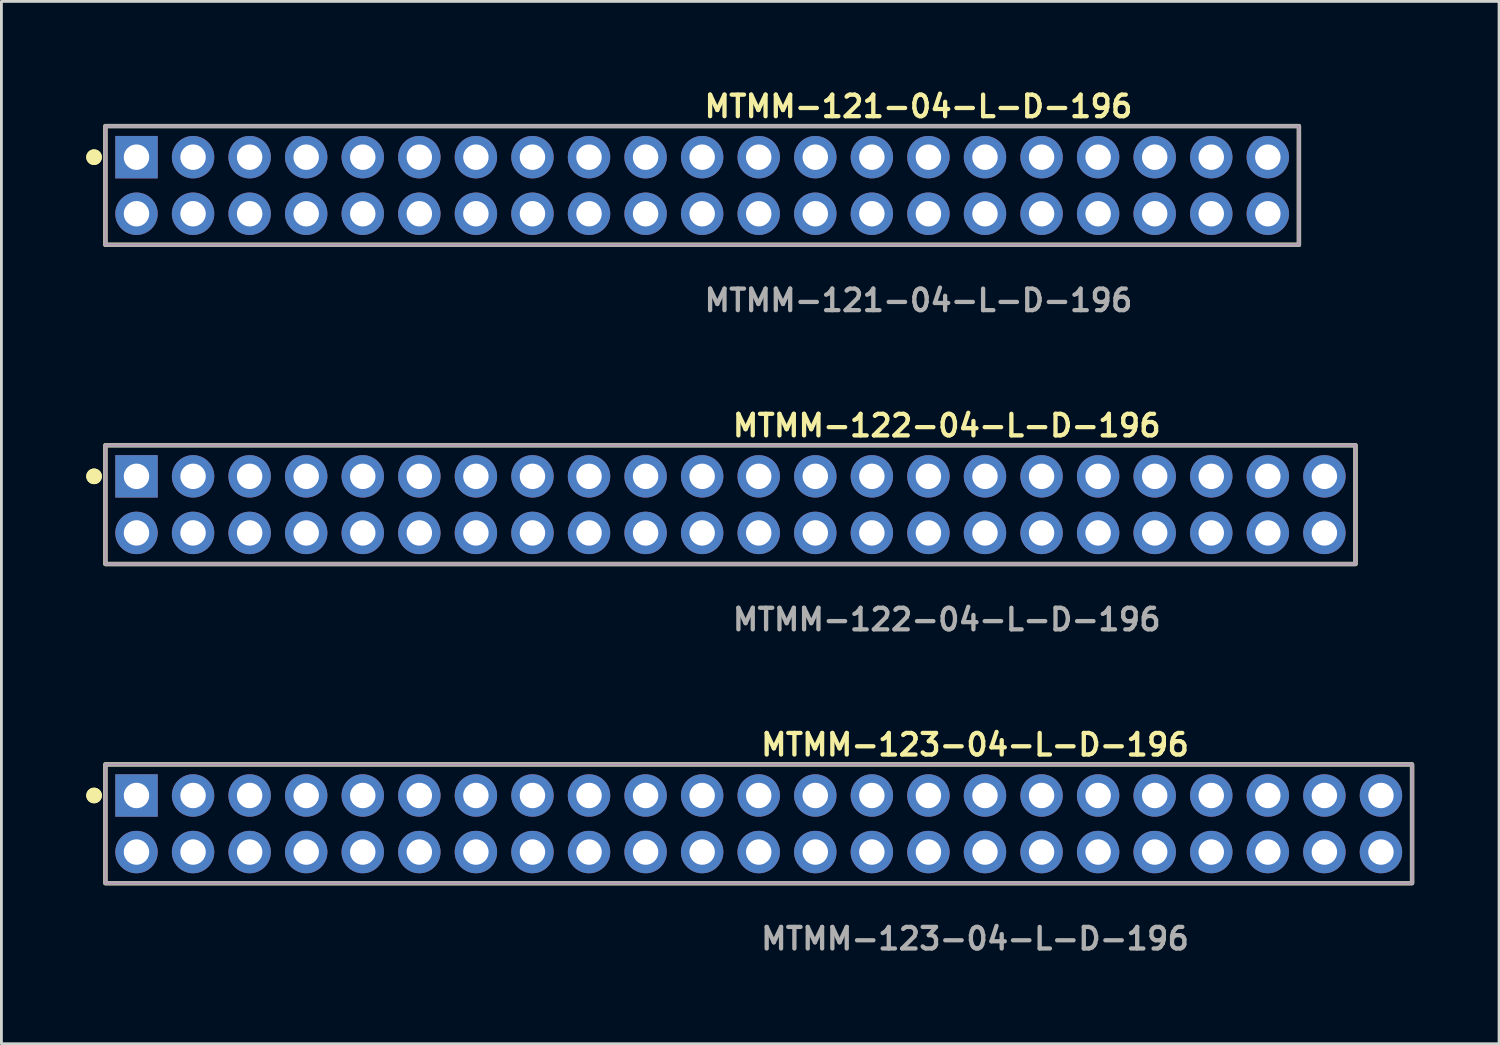
<source format=kicad_pcb>
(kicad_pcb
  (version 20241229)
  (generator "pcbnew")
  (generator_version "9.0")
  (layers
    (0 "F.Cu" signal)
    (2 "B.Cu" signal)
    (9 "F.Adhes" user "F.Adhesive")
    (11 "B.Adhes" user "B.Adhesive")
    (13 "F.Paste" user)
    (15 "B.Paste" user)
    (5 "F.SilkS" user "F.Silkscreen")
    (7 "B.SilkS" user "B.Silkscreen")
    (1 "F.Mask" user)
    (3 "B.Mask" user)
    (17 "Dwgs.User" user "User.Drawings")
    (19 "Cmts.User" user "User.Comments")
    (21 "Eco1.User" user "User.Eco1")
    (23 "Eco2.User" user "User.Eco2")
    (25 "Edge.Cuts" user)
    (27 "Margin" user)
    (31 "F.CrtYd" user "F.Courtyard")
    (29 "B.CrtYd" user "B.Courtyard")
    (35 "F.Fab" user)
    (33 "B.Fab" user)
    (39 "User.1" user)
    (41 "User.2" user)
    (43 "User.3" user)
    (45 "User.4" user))
  (footprint "MTMM-123-04-L-D-196"
    (layer "F.Cu")
    (at 23.776 26.076)
    (property "Reference" "MTMM-123-04-L-D-196" (at 0 -2.794 0) (unlocked yes) (layer "F.SilkS") (effects (font (size 0.762 0.762) (thickness 0.152)) (justify left)))
    (fp_rect (start -23.1 2.1) (end 23.1 -2.1) (stroke (width 0.152) (type solid)) (fill no) (layer "F.SilkS"))
    (fp_circle (center -23.5 -1) (end -23.7 -1) (stroke (width 0.152) (type solid)) (fill yes) (layer "F.SilkS"))
    (fp_circle (center -23.5 -1) (end -23.7 -1) (stroke (width 0.152) (type solid)) (fill yes) (layer "F.SilkS"))
    (fp_rect (start -23.1 2.1) (end 23.1 -2.1) (stroke (width 0.006) (type solid)) (fill no) (layer "F.CrtYd"))
    (fp_rect (start -23.1 2.1) (end 23.1 -2.1) (stroke (width 0.152) (type solid)) (fill no) (layer "F.Fab"))
    (fp_text user "${REFERENCE}" (at 0 4.064 0) (unlocked yes) (layer "F.Fab") (effects (font (size 0.762 0.762) (thickness 0.152)) (justify left)))
    (pad "1" thru_hole rect (at -22 -1) (size 1.5 1.5) (drill 0.9) (layers "*.Cu" "*.Mask"))
    (pad "2" thru_hole circle (at -22 1) (size 1.5 1.5) (drill 0.9) (layers "*.Cu" "*.Mask"))
    (pad "3" thru_hole circle (at -20 -1) (size 1.5 1.5) (drill 0.9) (layers "*.Cu" "*.Mask"))
    (pad "4" thru_hole circle (at -20 1) (size 1.5 1.5) (drill 0.9) (layers "*.Cu" "*.Mask"))
    (pad "5" thru_hole circle (at -18 -1) (size 1.5 1.5) (drill 0.9) (layers "*.Cu" "*.Mask"))
    (pad "6" thru_hole circle (at -18 1) (size 1.5 1.5) (drill 0.9) (layers "*.Cu" "*.Mask"))
    (pad "7" thru_hole circle (at -16 -1) (size 1.5 1.5) (drill 0.9) (layers "*.Cu" "*.Mask"))
    (pad "8" thru_hole circle (at -16 1) (size 1.5 1.5) (drill 0.9) (layers "*.Cu" "*.Mask"))
    (pad "9" thru_hole circle (at -14 -1) (size 1.5 1.5) (drill 0.9) (layers "*.Cu" "*.Mask"))
    (pad "10" thru_hole circle (at -14 1) (size 1.5 1.5) (drill 0.9) (layers "*.Cu" "*.Mask"))
    (pad "11" thru_hole circle (at -12 -1) (size 1.5 1.5) (drill 0.9) (layers "*.Cu" "*.Mask"))
    (pad "12" thru_hole circle (at -12 1) (size 1.5 1.5) (drill 0.9) (layers "*.Cu" "*.Mask"))
    (pad "13" thru_hole circle (at -10 -1) (size 1.5 1.5) (drill 0.9) (layers "*.Cu" "*.Mask"))
    (pad "14" thru_hole circle (at -10 1) (size 1.5 1.5) (drill 0.9) (layers "*.Cu" "*.Mask"))
    (pad "15" thru_hole circle (at -8 -1) (size 1.5 1.5) (drill 0.9) (layers "*.Cu" "*.Mask"))
    (pad "16" thru_hole circle (at -8 1) (size 1.5 1.5) (drill 0.9) (layers "*.Cu" "*.Mask"))
    (pad "17" thru_hole circle (at -6 -1) (size 1.5 1.5) (drill 0.9) (layers "*.Cu" "*.Mask"))
    (pad "18" thru_hole circle (at -6 1) (size 1.5 1.5) (drill 0.9) (layers "*.Cu" "*.Mask"))
    (pad "19" thru_hole circle (at -4 -1) (size 1.5 1.5) (drill 0.9) (layers "*.Cu" "*.Mask"))
    (pad "20" thru_hole circle (at -4 1) (size 1.5 1.5) (drill 0.9) (layers "*.Cu" "*.Mask"))
    (pad "21" thru_hole circle (at -2 -1) (size 1.5 1.5) (drill 0.9) (layers "*.Cu" "*.Mask"))
    (pad "22" thru_hole circle (at -2 1) (size 1.5 1.5) (drill 0.9) (layers "*.Cu" "*.Mask"))
    (pad "23" thru_hole circle (at 0 -1) (size 1.5 1.5) (drill 0.9) (layers "*.Cu" "*.Mask"))
    (pad "24" thru_hole circle (at 0 1) (size 1.5 1.5) (drill 0.9) (layers "*.Cu" "*.Mask"))
    (pad "25" thru_hole circle (at 2 -1) (size 1.5 1.5) (drill 0.9) (layers "*.Cu" "*.Mask"))
    (pad "26" thru_hole circle (at 2 1) (size 1.5 1.5) (drill 0.9) (layers "*.Cu" "*.Mask"))
    (pad "27" thru_hole circle (at 4 -1) (size 1.5 1.5) (drill 0.9) (layers "*.Cu" "*.Mask"))
    (pad "28" thru_hole circle (at 4 1) (size 1.5 1.5) (drill 0.9) (layers "*.Cu" "*.Mask"))
    (pad "29" thru_hole circle (at 6 -1) (size 1.5 1.5) (drill 0.9) (layers "*.Cu" "*.Mask"))
    (pad "30" thru_hole circle (at 6 1) (size 1.5 1.5) (drill 0.9) (layers "*.Cu" "*.Mask"))
    (pad "31" thru_hole circle (at 8 -1) (size 1.5 1.5) (drill 0.9) (layers "*.Cu" "*.Mask"))
    (pad "32" thru_hole circle (at 8 1) (size 1.5 1.5) (drill 0.9) (layers "*.Cu" "*.Mask"))
    (pad "33" thru_hole circle (at 10 -1) (size 1.5 1.5) (drill 0.9) (layers "*.Cu" "*.Mask"))
    (pad "34" thru_hole circle (at 10 1) (size 1.5 1.5) (drill 0.9) (layers "*.Cu" "*.Mask"))
    (pad "35" thru_hole circle (at 12 -1) (size 1.5 1.5) (drill 0.9) (layers "*.Cu" "*.Mask"))
    (pad "36" thru_hole circle (at 12 1) (size 1.5 1.5) (drill 0.9) (layers "*.Cu" "*.Mask"))
    (pad "37" thru_hole circle (at 14 -1) (size 1.5 1.5) (drill 0.9) (layers "*.Cu" "*.Mask"))
    (pad "38" thru_hole circle (at 14 1) (size 1.5 1.5) (drill 0.9) (layers "*.Cu" "*.Mask"))
    (pad "39" thru_hole circle (at 16 -1) (size 1.5 1.5) (drill 0.9) (layers "*.Cu" "*.Mask"))
    (pad "40" thru_hole circle (at 16 1) (size 1.5 1.5) (drill 0.9) (layers "*.Cu" "*.Mask"))
    (pad "41" thru_hole circle (at 18 -1) (size 1.5 1.5) (drill 0.9) (layers "*.Cu" "*.Mask"))
    (pad "42" thru_hole circle (at 18 1) (size 1.5 1.5) (drill 0.9) (layers "*.Cu" "*.Mask"))
    (pad "43" thru_hole circle (at 20 -1) (size 1.5 1.5) (drill 0.9) (layers "*.Cu" "*.Mask"))
    (pad "44" thru_hole circle (at 20 1) (size 1.5 1.5) (drill 0.9) (layers "*.Cu" "*.Mask"))
    (pad "45" thru_hole circle (at 22 -1) (size 1.5 1.5) (drill 0.9) (layers "*.Cu" "*.Mask"))
    (pad "46" thru_hole circle (at 22 1) (size 1.5 1.5) (drill 0.9) (layers "*.Cu" "*.Mask")))
  (footprint "MTMM-121-04-L-D-196"
    (layer "F.Cu")
    (at 21.776 3.507)
    (property "Reference" "MTMM-121-04-L-D-196" (at 0 -2.794 0) (unlocked yes) (layer "F.SilkS") (effects (font (size 0.762 0.762) (thickness 0.152)) (justify left)))
    (fp_rect (start -21.1 2.1) (end 21.1 -2.1) (stroke (width 0.152) (type solid)) (fill no) (layer "F.SilkS"))
    (fp_circle (center -21.5 -1) (end -21.7 -1) (stroke (width 0.152) (type solid)) (fill yes) (layer "F.SilkS"))
    (fp_circle (center -21.5 -1) (end -21.7 -1) (stroke (width 0.152) (type solid)) (fill yes) (layer "F.SilkS"))
    (fp_rect (start -21.1 2.1) (end 21.1 -2.1) (stroke (width 0.006) (type solid)) (fill no) (layer "F.CrtYd"))
    (fp_rect (start -21.1 2.1) (end 21.1 -2.1) (stroke (width 0.152) (type solid)) (fill no) (layer "F.Fab"))
    (fp_text user "${REFERENCE}" (at 0 4.064 0) (unlocked yes) (layer "F.Fab") (effects (font (size 0.762 0.762) (thickness 0.152)) (justify left)))
    (pad "1" thru_hole rect (at -20 -1) (size 1.5 1.5) (drill 0.9) (layers "*.Cu" "*.Mask"))
    (pad "2" thru_hole circle (at -20 1) (size 1.5 1.5) (drill 0.9) (layers "*.Cu" "*.Mask"))
    (pad "3" thru_hole circle (at -18 -1) (size 1.5 1.5) (drill 0.9) (layers "*.Cu" "*.Mask"))
    (pad "4" thru_hole circle (at -18 1) (size 1.5 1.5) (drill 0.9) (layers "*.Cu" "*.Mask"))
    (pad "5" thru_hole circle (at -16 -1) (size 1.5 1.5) (drill 0.9) (layers "*.Cu" "*.Mask"))
    (pad "6" thru_hole circle (at -16 1) (size 1.5 1.5) (drill 0.9) (layers "*.Cu" "*.Mask"))
    (pad "7" thru_hole circle (at -14 -1) (size 1.5 1.5) (drill 0.9) (layers "*.Cu" "*.Mask"))
    (pad "8" thru_hole circle (at -14 1) (size 1.5 1.5) (drill 0.9) (layers "*.Cu" "*.Mask"))
    (pad "9" thru_hole circle (at -12 -1) (size 1.5 1.5) (drill 0.9) (layers "*.Cu" "*.Mask"))
    (pad "10" thru_hole circle (at -12 1) (size 1.5 1.5) (drill 0.9) (layers "*.Cu" "*.Mask"))
    (pad "11" thru_hole circle (at -10 -1) (size 1.5 1.5) (drill 0.9) (layers "*.Cu" "*.Mask"))
    (pad "12" thru_hole circle (at -10 1) (size 1.5 1.5) (drill 0.9) (layers "*.Cu" "*.Mask"))
    (pad "13" thru_hole circle (at -8 -1) (size 1.5 1.5) (drill 0.9) (layers "*.Cu" "*.Mask"))
    (pad "14" thru_hole circle (at -8 1) (size 1.5 1.5) (drill 0.9) (layers "*.Cu" "*.Mask"))
    (pad "15" thru_hole circle (at -6 -1) (size 1.5 1.5) (drill 0.9) (layers "*.Cu" "*.Mask"))
    (pad "16" thru_hole circle (at -6 1) (size 1.5 1.5) (drill 0.9) (layers "*.Cu" "*.Mask"))
    (pad "17" thru_hole circle (at -4 -1) (size 1.5 1.5) (drill 0.9) (layers "*.Cu" "*.Mask"))
    (pad "18" thru_hole circle (at -4 1) (size 1.5 1.5) (drill 0.9) (layers "*.Cu" "*.Mask"))
    (pad "19" thru_hole circle (at -2 -1) (size 1.5 1.5) (drill 0.9) (layers "*.Cu" "*.Mask"))
    (pad "20" thru_hole circle (at -2 1) (size 1.5 1.5) (drill 0.9) (layers "*.Cu" "*.Mask"))
    (pad "21" thru_hole circle (at 0 -1) (size 1.5 1.5) (drill 0.9) (layers "*.Cu" "*.Mask"))
    (pad "22" thru_hole circle (at 0 1) (size 1.5 1.5) (drill 0.9) (layers "*.Cu" "*.Mask"))
    (pad "23" thru_hole circle (at 2 -1) (size 1.5 1.5) (drill 0.9) (layers "*.Cu" "*.Mask"))
    (pad "24" thru_hole circle (at 2 1) (size 1.5 1.5) (drill 0.9) (layers "*.Cu" "*.Mask"))
    (pad "25" thru_hole circle (at 4 -1) (size 1.5 1.5) (drill 0.9) (layers "*.Cu" "*.Mask"))
    (pad "26" thru_hole circle (at 4 1) (size 1.5 1.5) (drill 0.9) (layers "*.Cu" "*.Mask"))
    (pad "27" thru_hole circle (at 6 -1) (size 1.5 1.5) (drill 0.9) (layers "*.Cu" "*.Mask"))
    (pad "28" thru_hole circle (at 6 1) (size 1.5 1.5) (drill 0.9) (layers "*.Cu" "*.Mask"))
    (pad "29" thru_hole circle (at 8 -1) (size 1.5 1.5) (drill 0.9) (layers "*.Cu" "*.Mask"))
    (pad "30" thru_hole circle (at 8 1) (size 1.5 1.5) (drill 0.9) (layers "*.Cu" "*.Mask"))
    (pad "31" thru_hole circle (at 10 -1) (size 1.5 1.5) (drill 0.9) (layers "*.Cu" "*.Mask"))
    (pad "32" thru_hole circle (at 10 1) (size 1.5 1.5) (drill 0.9) (layers "*.Cu" "*.Mask"))
    (pad "33" thru_hole circle (at 12 -1) (size 1.5 1.5) (drill 0.9) (layers "*.Cu" "*.Mask"))
    (pad "34" thru_hole circle (at 12 1) (size 1.5 1.5) (drill 0.9) (layers "*.Cu" "*.Mask"))
    (pad "35" thru_hole circle (at 14 -1) (size 1.5 1.5) (drill 0.9) (layers "*.Cu" "*.Mask"))
    (pad "36" thru_hole circle (at 14 1) (size 1.5 1.5) (drill 0.9) (layers "*.Cu" "*.Mask"))
    (pad "37" thru_hole circle (at 16 -1) (size 1.5 1.5) (drill 0.9) (layers "*.Cu" "*.Mask"))
    (pad "38" thru_hole circle (at 16 1) (size 1.5 1.5) (drill 0.9) (layers "*.Cu" "*.Mask"))
    (pad "39" thru_hole circle (at 18 -1) (size 1.5 1.5) (drill 0.9) (layers "*.Cu" "*.Mask"))
    (pad "40" thru_hole circle (at 18 1) (size 1.5 1.5) (drill 0.9) (layers "*.Cu" "*.Mask"))
    (pad "41" thru_hole circle (at 20 -1) (size 1.5 1.5) (drill 0.9) (layers "*.Cu" "*.Mask"))
    (pad "42" thru_hole circle (at 20 1) (size 1.5 1.5) (drill 0.9) (layers "*.Cu" "*.Mask")))
  (footprint "MTMM-122-04-L-D-196"
    (layer "F.Cu")
    (at 22.776 14.792)
    (property "Reference" "MTMM-122-04-L-D-196" (at 0 -2.794 0) (unlocked yes) (layer "F.SilkS") (effects (font (size 0.762 0.762) (thickness 0.152)) (justify left)))
    (fp_rect (start -22.1 2.1) (end 22.1 -2.1) (stroke (width 0.152) (type solid)) (fill no) (layer "F.SilkS"))
    (fp_circle (center -22.5 -1) (end -22.7 -1) (stroke (width 0.152) (type solid)) (fill yes) (layer "F.SilkS"))
    (fp_circle (center -22.5 -1) (end -22.7 -1) (stroke (width 0.152) (type solid)) (fill yes) (layer "F.SilkS"))
    (fp_rect (start -22.1 2.1) (end 22.1 -2.1) (stroke (width 0.006) (type solid)) (fill no) (layer "F.CrtYd"))
    (fp_rect (start -22.1 2.1) (end 22.1 -2.1) (stroke (width 0.152) (type solid)) (fill no) (layer "F.Fab"))
    (fp_text user "${REFERENCE}" (at 0 4.064 0) (unlocked yes) (layer "F.Fab") (effects (font (size 0.762 0.762) (thickness 0.152)) (justify left)))
    (pad "1" thru_hole rect (at -21 -1) (size 1.5 1.5) (drill 0.9) (layers "*.Cu" "*.Mask"))
    (pad "2" thru_hole circle (at -21 1) (size 1.5 1.5) (drill 0.9) (layers "*.Cu" "*.Mask"))
    (pad "3" thru_hole circle (at -19 -1) (size 1.5 1.5) (drill 0.9) (layers "*.Cu" "*.Mask"))
    (pad "4" thru_hole circle (at -19 1) (size 1.5 1.5) (drill 0.9) (layers "*.Cu" "*.Mask"))
    (pad "5" thru_hole circle (at -17 -1) (size 1.5 1.5) (drill 0.9) (layers "*.Cu" "*.Mask"))
    (pad "6" thru_hole circle (at -17 1) (size 1.5 1.5) (drill 0.9) (layers "*.Cu" "*.Mask"))
    (pad "7" thru_hole circle (at -15 -1) (size 1.5 1.5) (drill 0.9) (layers "*.Cu" "*.Mask"))
    (pad "8" thru_hole circle (at -15 1) (size 1.5 1.5) (drill 0.9) (layers "*.Cu" "*.Mask"))
    (pad "9" thru_hole circle (at -13 -1) (size 1.5 1.5) (drill 0.9) (layers "*.Cu" "*.Mask"))
    (pad "10" thru_hole circle (at -13 1) (size 1.5 1.5) (drill 0.9) (layers "*.Cu" "*.Mask"))
    (pad "11" thru_hole circle (at -11 -1) (size 1.5 1.5) (drill 0.9) (layers "*.Cu" "*.Mask"))
    (pad "12" thru_hole circle (at -11 1) (size 1.5 1.5) (drill 0.9) (layers "*.Cu" "*.Mask"))
    (pad "13" thru_hole circle (at -9 -1) (size 1.5 1.5) (drill 0.9) (layers "*.Cu" "*.Mask"))
    (pad "14" thru_hole circle (at -9 1) (size 1.5 1.5) (drill 0.9) (layers "*.Cu" "*.Mask"))
    (pad "15" thru_hole circle (at -7 -1) (size 1.5 1.5) (drill 0.9) (layers "*.Cu" "*.Mask"))
    (pad "16" thru_hole circle (at -7 1) (size 1.5 1.5) (drill 0.9) (layers "*.Cu" "*.Mask"))
    (pad "17" thru_hole circle (at -5 -1) (size 1.5 1.5) (drill 0.9) (layers "*.Cu" "*.Mask"))
    (pad "18" thru_hole circle (at -5 1) (size 1.5 1.5) (drill 0.9) (layers "*.Cu" "*.Mask"))
    (pad "19" thru_hole circle (at -3 -1) (size 1.5 1.5) (drill 0.9) (layers "*.Cu" "*.Mask"))
    (pad "20" thru_hole circle (at -3 1) (size 1.5 1.5) (drill 0.9) (layers "*.Cu" "*.Mask"))
    (pad "21" thru_hole circle (at -1 -1) (size 1.5 1.5) (drill 0.9) (layers "*.Cu" "*.Mask"))
    (pad "22" thru_hole circle (at -1 1) (size 1.5 1.5) (drill 0.9) (layers "*.Cu" "*.Mask"))
    (pad "23" thru_hole circle (at 1 -1) (size 1.5 1.5) (drill 0.9) (layers "*.Cu" "*.Mask"))
    (pad "24" thru_hole circle (at 1 1) (size 1.5 1.5) (drill 0.9) (layers "*.Cu" "*.Mask"))
    (pad "25" thru_hole circle (at 3 -1) (size 1.5 1.5) (drill 0.9) (layers "*.Cu" "*.Mask"))
    (pad "26" thru_hole circle (at 3 1) (size 1.5 1.5) (drill 0.9) (layers "*.Cu" "*.Mask"))
    (pad "27" thru_hole circle (at 5 -1) (size 1.5 1.5) (drill 0.9) (layers "*.Cu" "*.Mask"))
    (pad "28" thru_hole circle (at 5 1) (size 1.5 1.5) (drill 0.9) (layers "*.Cu" "*.Mask"))
    (pad "29" thru_hole circle (at 7 -1) (size 1.5 1.5) (drill 0.9) (layers "*.Cu" "*.Mask"))
    (pad "30" thru_hole circle (at 7 1) (size 1.5 1.5) (drill 0.9) (layers "*.Cu" "*.Mask"))
    (pad "31" thru_hole circle (at 9 -1) (size 1.5 1.5) (drill 0.9) (layers "*.Cu" "*.Mask"))
    (pad "32" thru_hole circle (at 9 1) (size 1.5 1.5) (drill 0.9) (layers "*.Cu" "*.Mask"))
    (pad "33" thru_hole circle (at 11 -1) (size 1.5 1.5) (drill 0.9) (layers "*.Cu" "*.Mask"))
    (pad "34" thru_hole circle (at 11 1) (size 1.5 1.5) (drill 0.9) (layers "*.Cu" "*.Mask"))
    (pad "35" thru_hole circle (at 13 -1) (size 1.5 1.5) (drill 0.9) (layers "*.Cu" "*.Mask"))
    (pad "36" thru_hole circle (at 13 1) (size 1.5 1.5) (drill 0.9) (layers "*.Cu" "*.Mask"))
    (pad "37" thru_hole circle (at 15 -1) (size 1.5 1.5) (drill 0.9) (layers "*.Cu" "*.Mask"))
    (pad "38" thru_hole circle (at 15 1) (size 1.5 1.5) (drill 0.9) (layers "*.Cu" "*.Mask"))
    (pad "39" thru_hole circle (at 17 -1) (size 1.5 1.5) (drill 0.9) (layers "*.Cu" "*.Mask"))
    (pad "40" thru_hole circle (at 17 1) (size 1.5 1.5) (drill 0.9) (layers "*.Cu" "*.Mask"))
    (pad "41" thru_hole circle (at 19 -1) (size 1.5 1.5) (drill 0.9) (layers "*.Cu" "*.Mask"))
    (pad "42" thru_hole circle (at 19 1) (size 1.5 1.5) (drill 0.9) (layers "*.Cu" "*.Mask"))
    (pad "43" thru_hole circle (at 21 -1) (size 1.5 1.5) (drill 0.9) (layers "*.Cu" "*.Mask"))
    (pad "44" thru_hole circle (at 21 1) (size 1.5 1.5) (drill 0.9) (layers "*.Cu" "*.Mask")))
  (gr_rect
    (start -3 -3)
    (end 49.952 33.853)
    (stroke (width 0.1) (type default))
    (fill no)
    (layer "Edge.Cuts")))
</source>
